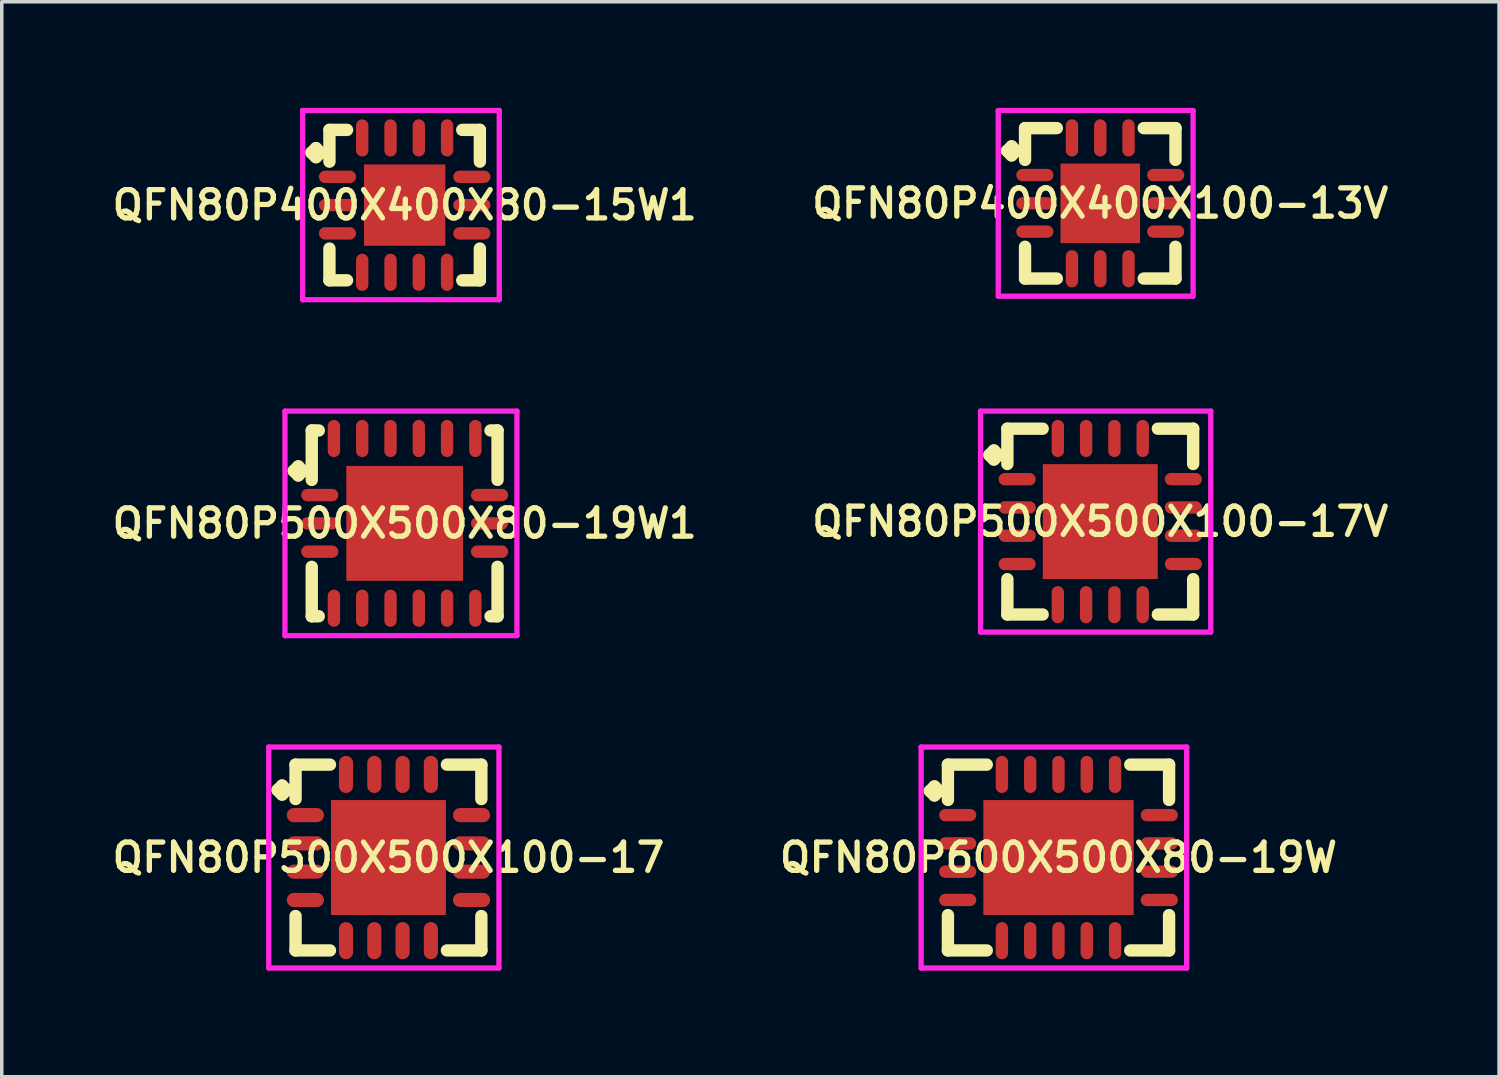
<source format=kicad_pcb>
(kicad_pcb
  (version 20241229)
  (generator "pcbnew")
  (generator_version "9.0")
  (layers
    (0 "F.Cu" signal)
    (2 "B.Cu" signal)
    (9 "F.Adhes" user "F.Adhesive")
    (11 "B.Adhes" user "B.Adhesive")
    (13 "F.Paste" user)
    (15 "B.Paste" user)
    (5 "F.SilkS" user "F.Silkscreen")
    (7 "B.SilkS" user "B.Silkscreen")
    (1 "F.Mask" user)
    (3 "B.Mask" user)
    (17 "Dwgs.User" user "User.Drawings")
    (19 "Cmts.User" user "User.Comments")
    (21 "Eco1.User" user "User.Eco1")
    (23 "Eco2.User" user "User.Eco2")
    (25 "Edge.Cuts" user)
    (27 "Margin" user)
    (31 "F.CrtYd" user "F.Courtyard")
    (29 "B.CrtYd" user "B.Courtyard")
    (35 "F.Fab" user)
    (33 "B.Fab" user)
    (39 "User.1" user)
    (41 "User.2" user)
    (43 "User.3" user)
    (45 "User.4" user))
  (footprint "QFN80P400X400X100-13V"
    (layer "F.Cu")
    (at 28.064 2.7)
    (property "Reference" "QFN80P400X400X100-13V" (at 0 0 0) (layer "F.SilkS") (effects (font (size 0.8 0.8) (thickness 0.15))))
    (attr smd)
    (fp_line (start -2.635 -1.483) (end -2.508 -1.61) (stroke (width 0.35) (type solid)) (layer "F.SilkS"))
    (fp_line (start -2.508 -1.61) (end -2.381 -1.483) (stroke (width 0.35) (type solid)) (layer "F.SilkS"))
    (fp_line (start -2.508 -1.356) (end -2.635 -1.483) (stroke (width 0.35) (type solid)) (layer "F.SilkS"))
    (fp_line (start -2.381 -1.483) (end -2.508 -1.356) (stroke (width 0.35) (type solid)) (layer "F.SilkS"))
    (fp_line (start -2.127 -2.127) (end -1.229 -2.127) (stroke (width 0.35) (type solid)) (layer "F.SilkS"))
    (fp_line (start -2.127 -1.229) (end -2.127 -2.127) (stroke (width 0.35) (type solid)) (layer "F.SilkS"))
    (fp_line (start -2.127 1.229) (end -2.127 2.127) (stroke (width 0.35) (type solid)) (layer "F.SilkS"))
    (fp_line (start -2.127 2.127) (end -1.229 2.127) (stroke (width 0.35) (type solid)) (layer "F.SilkS"))
    (fp_line (start 1.229 -2.127) (end 2.127 -2.127) (stroke (width 0.35) (type solid)) (layer "F.SilkS"))
    (fp_line (start 1.229 2.127) (end 2.127 2.127) (stroke (width 0.35) (type solid)) (layer "F.SilkS"))
    (fp_line (start 2.127 -2.127) (end 2.127 -1.229) (stroke (width 0.35) (type solid)) (layer "F.SilkS"))
    (fp_line (start 2.127 2.127) (end 2.127 1.229) (stroke (width 0.35) (type solid)) (layer "F.SilkS"))
    (fp_line (start -2.885 -2.625) (end 2.625 -2.625) (stroke (width 0.15) (type solid)) (layer "F.CrtYd"))
    (fp_line (start -2.885 2.625) (end -2.885 -2.625) (stroke (width 0.15) (type solid)) (layer "F.CrtYd"))
    (fp_line (start 2.625 -2.625) (end 2.625 2.625) (stroke (width 0.15) (type solid)) (layer "F.CrtYd"))
    (fp_line (start 2.625 2.625) (end -2.885 2.625) (stroke (width 0.15) (type solid)) (layer "F.CrtYd"))
    (pad "1" smd oval (at -1.85 -0.8) (size 1.05 0.35) (layers "F.Cu" "F.Mask" "F.Paste"))
    (pad "2" smd oval (at -1.85 0) (size 1.05 0.35) (layers "F.Cu" "F.Mask" "F.Paste"))
    (pad "3" smd oval (at -1.85 0.8) (size 1.05 0.35) (layers "F.Cu" "F.Mask" "F.Paste"))
    (pad "4" smd oval (at -0.8 1.85) (size 0.35 1.05) (layers "F.Cu" "F.Mask" "F.Paste"))
    (pad "5" smd oval (at 0 1.85) (size 0.35 1.05) (layers "F.Cu" "F.Mask" "F.Paste"))
    (pad "6" smd oval (at 0.8 1.85) (size 0.35 1.05) (layers "F.Cu" "F.Mask" "F.Paste"))
    (pad "7" smd oval (at 1.85 0.8) (size 1.05 0.35) (layers "F.Cu" "F.Mask" "F.Paste"))
    (pad "8" smd oval (at 1.85 0) (size 1.05 0.35) (layers "F.Cu" "F.Mask" "F.Paste"))
    (pad "9" smd oval (at 1.85 -0.8) (size 1.05 0.35) (layers "F.Cu" "F.Mask" "F.Paste"))
    (pad "10" smd oval (at 0.8 -1.85) (size 0.35 1.05) (layers "F.Cu" "F.Mask" "F.Paste"))
    (pad "11" smd oval (at 0 -1.85) (size 0.35 1.05) (layers "F.Cu" "F.Mask" "F.Paste"))
    (pad "12" smd oval (at -0.8 -1.85) (size 0.35 1.05) (layers "F.Cu" "F.Mask" "F.Paste"))
    (pad "13" smd rect (at 0 0) (size 2.25 2.25) (layers "F.Cu" "F.Mask" "F.Paste")))
  (footprint "QFN80P600X500X80-19W"
    (layer "F.Cu")
    (at 26.883 21.2)
    (property "Reference" "QFN80P600X500X80-19W" (at 0 0 0) (layer "F.SilkS") (effects (font (size 0.8 0.8) (thickness 0.15))))
    (attr through_hole)
    (fp_line (start -3.635 -1.883) (end -3.508 -2.01) (stroke (width 0.35) (type solid)) (layer "F.SilkS"))
    (fp_line (start -3.508 -2.01) (end -3.381 -1.883) (stroke (width 0.35) (type solid)) (layer "F.SilkS"))
    (fp_line (start -3.508 -1.756) (end -3.635 -1.883) (stroke (width 0.35) (type solid)) (layer "F.SilkS"))
    (fp_line (start -3.381 -1.883) (end -3.508 -1.756) (stroke (width 0.35) (type solid)) (layer "F.SilkS"))
    (fp_line (start -3.127 -2.627) (end -2.029 -2.627) (stroke (width 0.35) (type solid)) (layer "F.SilkS"))
    (fp_line (start -3.127 -1.629) (end -3.127 -2.627) (stroke (width 0.35) (type solid)) (layer "F.SilkS"))
    (fp_line (start -3.127 1.629) (end -3.127 2.627) (stroke (width 0.35) (type solid)) (layer "F.SilkS"))
    (fp_line (start -3.127 2.627) (end -2.029 2.627) (stroke (width 0.35) (type solid)) (layer "F.SilkS"))
    (fp_line (start 2.029 -2.627) (end 3.127 -2.627) (stroke (width 0.35) (type solid)) (layer "F.SilkS"))
    (fp_line (start 2.029 2.627) (end 3.127 2.627) (stroke (width 0.35) (type solid)) (layer "F.SilkS"))
    (fp_line (start 3.127 -2.627) (end 3.127 -1.629) (stroke (width 0.35) (type solid)) (layer "F.SilkS"))
    (fp_line (start 3.127 2.627) (end 3.127 1.629) (stroke (width 0.35) (type solid)) (layer "F.SilkS"))
    (fp_line (start -3.885 -3.125) (end 3.625 -3.125) (stroke (width 0.15) (type solid)) (layer "F.CrtYd"))
    (fp_line (start -3.885 3.125) (end -3.885 -3.125) (stroke (width 0.15) (type solid)) (layer "F.CrtYd"))
    (fp_line (start 3.625 -3.125) (end 3.625 3.125) (stroke (width 0.15) (type solid)) (layer "F.CrtYd"))
    (fp_line (start 3.625 3.125) (end -3.885 3.125) (stroke (width 0.15) (type solid)) (layer "F.CrtYd"))
    (pad "1" smd oval (at -2.85 -1.2) (size 1.05 0.35) (layers "F.Cu" "F.Mask" "F.Paste"))
    (pad "2" smd oval (at -2.85 -0.4) (size 1.05 0.35) (layers "F.Cu" "F.Mask" "F.Paste"))
    (pad "3" smd oval (at -2.85 0.4) (size 1.05 0.35) (layers "F.Cu" "F.Mask" "F.Paste"))
    (pad "4" smd oval (at -2.85 1.2) (size 1.05 0.35) (layers "F.Cu" "F.Mask" "F.Paste"))
    (pad "5" smd oval (at -1.6 2.35) (size 0.35 1.05) (layers "F.Cu" "F.Mask" "F.Paste"))
    (pad "6" smd oval (at -0.8 2.35) (size 0.35 1.05) (layers "F.Cu" "F.Mask" "F.Paste"))
    (pad "7" smd oval (at 0 2.35) (size 0.35 1.05) (layers "F.Cu" "F.Mask" "F.Paste"))
    (pad "8" smd oval (at 0.8 2.35) (size 0.35 1.05) (layers "F.Cu" "F.Mask" "F.Paste"))
    (pad "9" smd oval (at 1.6 2.35) (size 0.35 1.05) (layers "F.Cu" "F.Mask" "F.Paste"))
    (pad "10" smd oval (at 2.85 1.2) (size 1.05 0.35) (layers "F.Cu" "F.Mask" "F.Paste"))
    (pad "11" smd oval (at 2.85 0.4) (size 1.05 0.35) (layers "F.Cu" "F.Mask" "F.Paste"))
    (pad "12" smd oval (at 2.85 -0.4) (size 1.05 0.35) (layers "F.Cu" "F.Mask" "F.Paste"))
    (pad "13" smd oval (at 2.85 -1.2) (size 1.05 0.35) (layers "F.Cu" "F.Mask" "F.Paste"))
    (pad "14" smd oval (at 1.6 -2.35) (size 0.35 1.05) (layers "F.Cu" "F.Mask" "F.Paste"))
    (pad "15" smd oval (at 0.8 -2.35) (size 0.35 1.05) (layers "F.Cu" "F.Mask" "F.Paste"))
    (pad "16" smd oval (at 0 -2.35) (size 0.35 1.05) (layers "F.Cu" "F.Mask" "F.Paste"))
    (pad "17" smd oval (at -0.8 -2.35) (size 0.35 1.05) (layers "F.Cu" "F.Mask" "F.Paste"))
    (pad "18" smd oval (at -1.6 -2.35) (size 0.35 1.05) (layers "F.Cu" "F.Mask" "F.Paste"))
    (pad "19" smd rect (at 0 0) (size 4.25 3.25) (layers "F.Cu" "F.Mask" "F.Paste")))
  (footprint "QFN80P500X500X100-17V"
    (layer "F.Cu")
    (at 28.064 11.7)
    (property "Reference" "QFN80P500X500X100-17V" (at 0 0 0) (layer "F.SilkS") (effects (font (size 0.8 0.8) (thickness 0.15))))
    (attr smd)
    (fp_line (start -3.135 -1.883) (end -3.008 -2.01) (stroke (width 0.35) (type solid)) (layer "F.SilkS"))
    (fp_line (start -3.008 -2.01) (end -2.881 -1.883) (stroke (width 0.35) (type solid)) (layer "F.SilkS"))
    (fp_line (start -3.008 -1.756) (end -3.135 -1.883) (stroke (width 0.35) (type solid)) (layer "F.SilkS"))
    (fp_line (start -2.881 -1.883) (end -3.008 -1.756) (stroke (width 0.35) (type solid)) (layer "F.SilkS"))
    (fp_line (start -2.627 -2.627) (end -1.629 -2.627) (stroke (width 0.35) (type solid)) (layer "F.SilkS"))
    (fp_line (start -2.627 -1.629) (end -2.627 -2.627) (stroke (width 0.35) (type solid)) (layer "F.SilkS"))
    (fp_line (start -2.627 1.629) (end -2.627 2.627) (stroke (width 0.35) (type solid)) (layer "F.SilkS"))
    (fp_line (start -2.627 2.627) (end -1.629 2.627) (stroke (width 0.35) (type solid)) (layer "F.SilkS"))
    (fp_line (start 1.629 -2.627) (end 2.627 -2.627) (stroke (width 0.35) (type solid)) (layer "F.SilkS"))
    (fp_line (start 1.629 2.627) (end 2.627 2.627) (stroke (width 0.35) (type solid)) (layer "F.SilkS"))
    (fp_line (start 2.627 -2.627) (end 2.627 -1.629) (stroke (width 0.35) (type solid)) (layer "F.SilkS"))
    (fp_line (start 2.627 2.627) (end 2.627 1.629) (stroke (width 0.35) (type solid)) (layer "F.SilkS"))
    (fp_line (start -3.385 -3.125) (end 3.125 -3.125) (stroke (width 0.15) (type solid)) (layer "F.CrtYd"))
    (fp_line (start -3.385 3.125) (end -3.385 -3.125) (stroke (width 0.15) (type solid)) (layer "F.CrtYd"))
    (fp_line (start 3.125 -3.125) (end 3.125 3.125) (stroke (width 0.15) (type solid)) (layer "F.CrtYd"))
    (fp_line (start 3.125 3.125) (end -3.385 3.125) (stroke (width 0.15) (type solid)) (layer "F.CrtYd"))
    (pad "1" smd oval (at -2.35 -1.2) (size 1.05 0.35) (layers "F.Cu" "F.Mask" "F.Paste"))
    (pad "2" smd oval (at -2.35 -0.4) (size 1.05 0.35) (layers "F.Cu" "F.Mask" "F.Paste"))
    (pad "3" smd oval (at -2.35 0.4) (size 1.05 0.35) (layers "F.Cu" "F.Mask" "F.Paste"))
    (pad "4" smd oval (at -2.35 1.2) (size 1.05 0.35) (layers "F.Cu" "F.Mask" "F.Paste"))
    (pad "5" smd oval (at -1.2 2.35) (size 0.35 1.05) (layers "F.Cu" "F.Mask" "F.Paste"))
    (pad "6" smd oval (at -0.4 2.35) (size 0.35 1.05) (layers "F.Cu" "F.Mask" "F.Paste"))
    (pad "7" smd oval (at 0.4 2.35) (size 0.35 1.05) (layers "F.Cu" "F.Mask" "F.Paste"))
    (pad "8" smd oval (at 1.2 2.35) (size 0.35 1.05) (layers "F.Cu" "F.Mask" "F.Paste"))
    (pad "9" smd oval (at 2.35 1.2) (size 1.05 0.35) (layers "F.Cu" "F.Mask" "F.Paste"))
    (pad "10" smd oval (at 2.35 0.4) (size 1.05 0.35) (layers "F.Cu" "F.Mask" "F.Paste"))
    (pad "11" smd oval (at 2.35 -0.4) (size 1.05 0.35) (layers "F.Cu" "F.Mask" "F.Paste"))
    (pad "12" smd oval (at 2.35 -1.2) (size 1.05 0.35) (layers "F.Cu" "F.Mask" "F.Paste"))
    (pad "13" smd oval (at 1.2 -2.35) (size 0.35 1.05) (layers "F.Cu" "F.Mask" "F.Paste"))
    (pad "14" smd oval (at 0.4 -2.35) (size 0.35 1.05) (layers "F.Cu" "F.Mask" "F.Paste"))
    (pad "15" smd oval (at -0.4 -2.35) (size 0.35 1.05) (layers "F.Cu" "F.Mask" "F.Paste"))
    (pad "16" smd oval (at -1.2 -2.35) (size 0.35 1.05) (layers "F.Cu" "F.Mask" "F.Paste"))
    (pad "17" smd rect (at 0 0) (size 3.25 3.25) (layers "F.Cu" "F.Mask" "F.Paste")))
  (footprint "QFN80P500X500X100-17"
    (layer "F.Cu")
    (at 7.935 21.2)
    (property "Reference" "QFN80P500X500X100-17" (at 0 0 0) (layer "F.SilkS") (effects (font (size 0.8 0.8) (thickness 0.15))))
    (attr through_hole)
    (fp_line (start -3.135 -1.908) (end -3.008 -2.035) (stroke (width 0.35) (type solid)) (layer "F.SilkS"))
    (fp_line (start -3.008 -2.035) (end -2.881 -1.908) (stroke (width 0.35) (type solid)) (layer "F.SilkS"))
    (fp_line (start -3.008 -1.781) (end -3.135 -1.908) (stroke (width 0.35) (type solid)) (layer "F.SilkS"))
    (fp_line (start -2.881 -1.908) (end -3.008 -1.781) (stroke (width 0.35) (type solid)) (layer "F.SilkS"))
    (fp_line (start -2.627 -2.627) (end -1.654 -2.627) (stroke (width 0.35) (type solid)) (layer "F.SilkS"))
    (fp_line (start -2.627 -1.654) (end -2.627 -2.627) (stroke (width 0.35) (type solid)) (layer "F.SilkS"))
    (fp_line (start -2.627 1.654) (end -2.627 2.627) (stroke (width 0.35) (type solid)) (layer "F.SilkS"))
    (fp_line (start -2.627 2.627) (end -1.654 2.627) (stroke (width 0.35) (type solid)) (layer "F.SilkS"))
    (fp_line (start 1.654 -2.627) (end 2.627 -2.627) (stroke (width 0.35) (type solid)) (layer "F.SilkS"))
    (fp_line (start 1.654 2.627) (end 2.627 2.627) (stroke (width 0.35) (type solid)) (layer "F.SilkS"))
    (fp_line (start 2.627 -2.627) (end 2.627 -1.654) (stroke (width 0.35) (type solid)) (layer "F.SilkS"))
    (fp_line (start 2.627 2.627) (end 2.627 1.654) (stroke (width 0.35) (type solid)) (layer "F.SilkS"))
    (fp_line (start -3.385 -3.125) (end 3.125 -3.125) (stroke (width 0.15) (type solid)) (layer "F.CrtYd"))
    (fp_line (start -3.385 3.125) (end -3.385 -3.125) (stroke (width 0.15) (type solid)) (layer "F.CrtYd"))
    (fp_line (start 3.125 -3.125) (end 3.125 3.125) (stroke (width 0.15) (type solid)) (layer "F.CrtYd"))
    (fp_line (start 3.125 3.125) (end -3.385 3.125) (stroke (width 0.15) (type solid)) (layer "F.CrtYd"))
    (pad "1" smd oval (at -2.35 -1.2) (size 1.05 0.4) (layers "F.Cu" "F.Mask" "F.Paste"))
    (pad "2" smd oval (at -2.35 -0.4) (size 1.05 0.4) (layers "F.Cu" "F.Mask" "F.Paste"))
    (pad "3" smd oval (at -2.35 0.4) (size 1.05 0.4) (layers "F.Cu" "F.Mask" "F.Paste"))
    (pad "4" smd oval (at -2.35 1.2) (size 1.05 0.4) (layers "F.Cu" "F.Mask" "F.Paste"))
    (pad "5" smd oval (at -1.2 2.35) (size 0.4 1.05) (layers "F.Cu" "F.Mask" "F.Paste"))
    (pad "6" smd oval (at -0.4 2.35) (size 0.4 1.05) (layers "F.Cu" "F.Mask" "F.Paste"))
    (pad "7" smd oval (at 0.4 2.35) (size 0.4 1.05) (layers "F.Cu" "F.Mask" "F.Paste"))
    (pad "8" smd oval (at 1.2 2.35) (size 0.4 1.05) (layers "F.Cu" "F.Mask" "F.Paste"))
    (pad "9" smd oval (at 2.35 1.2) (size 1.05 0.4) (layers "F.Cu" "F.Mask" "F.Paste"))
    (pad "10" smd oval (at 2.35 0.4) (size 1.05 0.4) (layers "F.Cu" "F.Mask" "F.Paste"))
    (pad "11" smd oval (at 2.35 -0.4) (size 1.05 0.4) (layers "F.Cu" "F.Mask" "F.Paste"))
    (pad "12" smd oval (at 2.35 -1.2) (size 1.05 0.4) (layers "F.Cu" "F.Mask" "F.Paste"))
    (pad "13" smd oval (at 1.2 -2.35) (size 0.4 1.05) (layers "F.Cu" "F.Mask" "F.Paste"))
    (pad "14" smd oval (at 0.4 -2.35) (size 0.4 1.05) (layers "F.Cu" "F.Mask" "F.Paste"))
    (pad "15" smd oval (at -0.4 -2.35) (size 0.4 1.05) (layers "F.Cu" "F.Mask" "F.Paste"))
    (pad "16" smd oval (at -1.2 -2.35) (size 0.4 1.05) (layers "F.Cu" "F.Mask" "F.Paste"))
    (pad "17" smd rect (at 0 0) (size 3.25 3.25) (layers "F.Cu" "F.Mask" "F.Paste")))
  (footprint "QFN80P400X400X80-15W1"
    (layer "F.Cu")
    (at 8.393 2.75)
    (property "Reference" "QFN80P400X400X80-15W1" (at 0 0 0) (layer "F.SilkS") (effects (font (size 0.8 0.8) (thickness 0.15))))
    (attr smd)
    (fp_line (start -2.635 -1.483) (end -2.508 -1.61) (stroke (width 0.35) (type solid)) (layer "F.SilkS"))
    (fp_line (start -2.508 -1.61) (end -2.381 -1.483) (stroke (width 0.35) (type solid)) (layer "F.SilkS"))
    (fp_line (start -2.508 -1.356) (end -2.635 -1.483) (stroke (width 0.35) (type solid)) (layer "F.SilkS"))
    (fp_line (start -2.381 -1.483) (end -2.508 -1.356) (stroke (width 0.35) (type solid)) (layer "F.SilkS"))
    (fp_line (start -2.127 -2.127) (end -1.629 -2.127) (stroke (width 0.35) (type solid)) (layer "F.SilkS"))
    (fp_line (start -2.127 -1.229) (end -2.127 -2.127) (stroke (width 0.35) (type solid)) (layer "F.SilkS"))
    (fp_line (start -2.127 1.229) (end -2.127 2.127) (stroke (width 0.35) (type solid)) (layer "F.SilkS"))
    (fp_line (start -2.127 2.127) (end -1.629 2.127) (stroke (width 0.35) (type solid)) (layer "F.SilkS"))
    (fp_line (start 1.629 -2.127) (end 2.127 -2.127) (stroke (width 0.35) (type solid)) (layer "F.SilkS"))
    (fp_line (start 1.629 2.127) (end 2.127 2.127) (stroke (width 0.35) (type solid)) (layer "F.SilkS"))
    (fp_line (start 2.127 -2.127) (end 2.127 -1.229) (stroke (width 0.35) (type solid)) (layer "F.SilkS"))
    (fp_line (start 2.127 2.127) (end 2.127 1.229) (stroke (width 0.35) (type solid)) (layer "F.SilkS"))
    (fp_line (start -2.885 -2.675) (end 2.675 -2.675) (stroke (width 0.15) (type solid)) (layer "F.CrtYd"))
    (fp_line (start -2.885 2.675) (end -2.885 -2.675) (stroke (width 0.15) (type solid)) (layer "F.CrtYd"))
    (fp_line (start 2.675 -2.675) (end 2.675 2.675) (stroke (width 0.15) (type solid)) (layer "F.CrtYd"))
    (fp_line (start 2.675 2.675) (end -2.885 2.675) (stroke (width 0.15) (type solid)) (layer "F.CrtYd"))
    (pad "1" smd oval (at -1.9 -0.8) (size 1.05 0.35) (layers "F.Cu" "F.Mask" "F.Paste"))
    (pad "2" smd oval (at -1.9 0) (size 1.05 0.35) (layers "F.Cu" "F.Mask" "F.Paste"))
    (pad "3" smd oval (at -1.9 0.8) (size 1.05 0.35) (layers "F.Cu" "F.Mask" "F.Paste"))
    (pad "4" smd oval (at -1.2 1.9) (size 0.35 1.05) (layers "F.Cu" "F.Mask" "F.Paste"))
    (pad "5" smd oval (at -0.4 1.9) (size 0.35 1.05) (layers "F.Cu" "F.Mask" "F.Paste"))
    (pad "6" smd oval (at 0.4 1.9) (size 0.35 1.05) (layers "F.Cu" "F.Mask" "F.Paste"))
    (pad "7" smd oval (at 1.2 1.9) (size 0.35 1.05) (layers "F.Cu" "F.Mask" "F.Paste"))
    (pad "8" smd oval (at 1.9 0.8) (size 1.05 0.35) (layers "F.Cu" "F.Mask" "F.Paste"))
    (pad "9" smd oval (at 1.9 0) (size 1.05 0.35) (layers "F.Cu" "F.Mask" "F.Paste"))
    (pad "10" smd oval (at 1.9 -0.8) (size 1.05 0.35) (layers "F.Cu" "F.Mask" "F.Paste"))
    (pad "11" smd oval (at 1.2 -1.9) (size 0.35 1.05) (layers "F.Cu" "F.Mask" "F.Paste"))
    (pad "12" smd oval (at 0.4 -1.9) (size 0.35 1.05) (layers "F.Cu" "F.Mask" "F.Paste"))
    (pad "13" smd oval (at -0.4 -1.9) (size 0.35 1.05) (layers "F.Cu" "F.Mask" "F.Paste"))
    (pad "14" smd oval (at -1.2 -1.9) (size 0.35 1.05) (layers "F.Cu" "F.Mask" "F.Paste"))
    (pad "15" smd rect (at 0 0) (size 2.3 2.3) (layers "F.Cu" "F.Mask" "F.Paste")))
  (footprint "QFN80P500X500X80-19W1"
    (layer "F.Cu")
    (at 8.393 11.75)
    (property "Reference" "QFN80P500X500X80-19W1" (at 0 0 0) (layer "F.SilkS") (effects (font (size 0.8 0.8) (thickness 0.15))))
    (attr smd)
    (fp_line (start -3.135 -1.483) (end -3.008 -1.61) (stroke (width 0.35) (type solid)) (layer "F.SilkS"))
    (fp_line (start -3.008 -1.61) (end -2.881 -1.483) (stroke (width 0.35) (type solid)) (layer "F.SilkS"))
    (fp_line (start -3.008 -1.356) (end -3.135 -1.483) (stroke (width 0.35) (type solid)) (layer "F.SilkS"))
    (fp_line (start -2.881 -1.483) (end -3.008 -1.356) (stroke (width 0.35) (type solid)) (layer "F.SilkS"))
    (fp_line (start -2.627 -2.627) (end -2.429 -2.627) (stroke (width 0.35) (type solid)) (layer "F.SilkS"))
    (fp_line (start -2.627 -1.229) (end -2.627 -2.627) (stroke (width 0.35) (type solid)) (layer "F.SilkS"))
    (fp_line (start -2.627 1.229) (end -2.627 2.627) (stroke (width 0.35) (type solid)) (layer "F.SilkS"))
    (fp_line (start -2.627 2.627) (end -2.429 2.627) (stroke (width 0.35) (type solid)) (layer "F.SilkS"))
    (fp_line (start 2.429 -2.627) (end 2.627 -2.627) (stroke (width 0.35) (type solid)) (layer "F.SilkS"))
    (fp_line (start 2.429 2.627) (end 2.627 2.627) (stroke (width 0.35) (type solid)) (layer "F.SilkS"))
    (fp_line (start 2.627 -2.627) (end 2.627 -1.229) (stroke (width 0.35) (type solid)) (layer "F.SilkS"))
    (fp_line (start 2.627 2.627) (end 2.627 1.229) (stroke (width 0.35) (type solid)) (layer "F.SilkS"))
    (fp_line (start -3.385 -3.175) (end 3.175 -3.175) (stroke (width 0.15) (type solid)) (layer "F.CrtYd"))
    (fp_line (start -3.385 3.175) (end -3.385 -3.175) (stroke (width 0.15) (type solid)) (layer "F.CrtYd"))
    (fp_line (start 3.175 -3.175) (end 3.175 3.175) (stroke (width 0.15) (type solid)) (layer "F.CrtYd"))
    (fp_line (start 3.175 3.175) (end -3.385 3.175) (stroke (width 0.15) (type solid)) (layer "F.CrtYd"))
    (pad "1" smd oval (at -2.4 -0.8) (size 1.05 0.35) (layers "F.Cu" "F.Mask" "F.Paste"))
    (pad "2" smd oval (at -2.4 0) (size 1.05 0.35) (layers "F.Cu" "F.Mask" "F.Paste"))
    (pad "3" smd oval (at -2.4 0.8) (size 1.05 0.35) (layers "F.Cu" "F.Mask" "F.Paste"))
    (pad "4" smd oval (at -2 2.4) (size 0.35 1.05) (layers "F.Cu" "F.Mask" "F.Paste"))
    (pad "5" smd oval (at -1.2 2.4) (size 0.35 1.05) (layers "F.Cu" "F.Mask" "F.Paste"))
    (pad "6" smd oval (at -0.4 2.4) (size 0.35 1.05) (layers "F.Cu" "F.Mask" "F.Paste"))
    (pad "7" smd oval (at 0.4 2.4) (size 0.35 1.05) (layers "F.Cu" "F.Mask" "F.Paste"))
    (pad "8" smd oval (at 1.2 2.4) (size 0.35 1.05) (layers "F.Cu" "F.Mask" "F.Paste"))
    (pad "9" smd oval (at 2 2.4) (size 0.35 1.05) (layers "F.Cu" "F.Mask" "F.Paste"))
    (pad "10" smd oval (at 2.4 0.8) (size 1.05 0.35) (layers "F.Cu" "F.Mask" "F.Paste"))
    (pad "11" smd oval (at 2.4 0) (size 1.05 0.35) (layers "F.Cu" "F.Mask" "F.Paste"))
    (pad "12" smd oval (at 2.4 -0.8) (size 1.05 0.35) (layers "F.Cu" "F.Mask" "F.Paste"))
    (pad "13" smd oval (at 2 -2.4) (size 0.35 1.05) (layers "F.Cu" "F.Mask" "F.Paste"))
    (pad "14" smd oval (at 1.2 -2.4) (size 0.35 1.05) (layers "F.Cu" "F.Mask" "F.Paste"))
    (pad "15" smd oval (at 0.4 -2.4) (size 0.35 1.05) (layers "F.Cu" "F.Mask" "F.Paste"))
    (pad "16" smd oval (at -0.4 -2.4) (size 0.35 1.05) (layers "F.Cu" "F.Mask" "F.Paste"))
    (pad "17" smd oval (at -1.2 -2.4) (size 0.35 1.05) (layers "F.Cu" "F.Mask" "F.Paste"))
    (pad "18" smd oval (at -2 -2.4) (size 0.35 1.05) (layers "F.Cu" "F.Mask" "F.Paste"))
    (pad "19" smd rect (at 0 0) (size 3.3 3.25) (layers "F.Cu" "F.Mask" "F.Paste")))
  (gr_rect
    (start -3 -3)
    (end 39.342 27.4)
    (stroke (width 0.1) (type default))
    (fill no)
    (layer "Edge.Cuts")))
</source>
